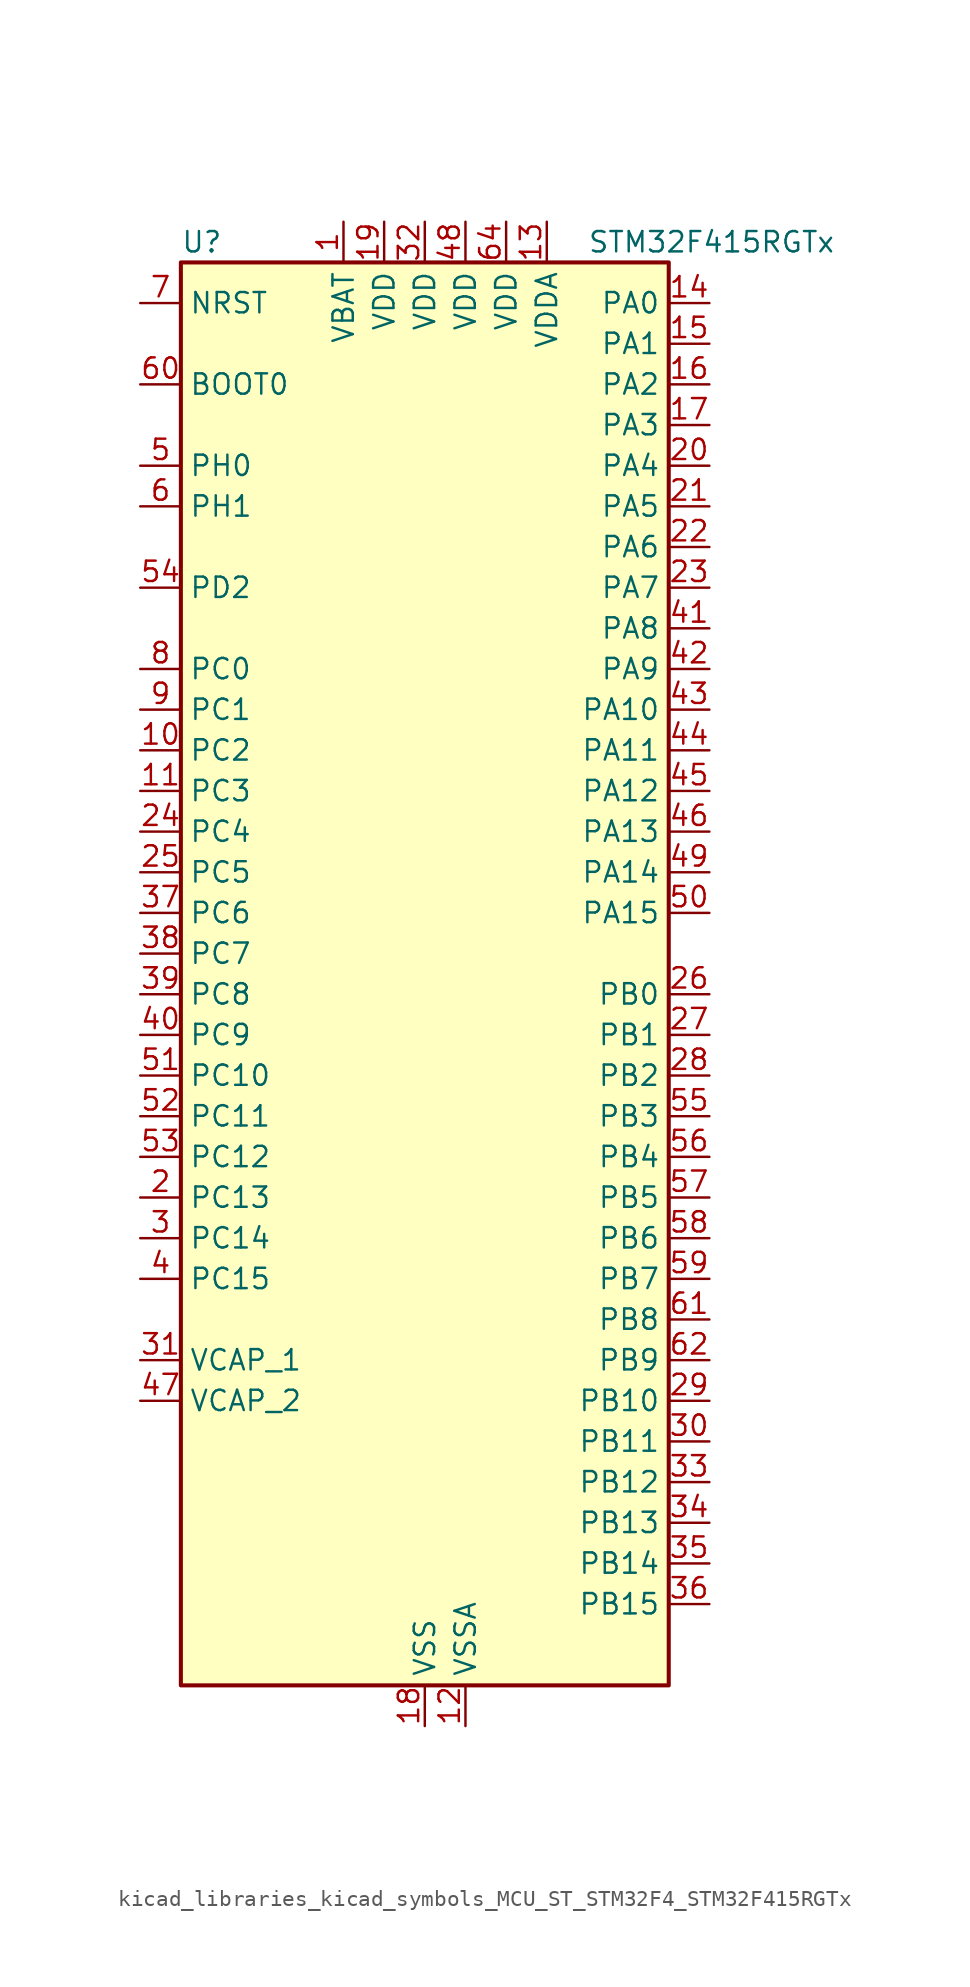
<source format=kicad_sym>
(kicad_symbol_lib
  (version 20220914)
  (generator kicad_symbol_editor)
  (symbol "kicad_libraries_kicad_symbols_MCU_ST_STM32F4_STM32F415RGTx"
    (property "Reference" "U"
      (at -15.24 46.99 0)
      (effects (font (size 1.27 1.27)) (justify left)))
    (property "Value" "STM32F415RGTx"
      (at 10.16 46.99 0)
      (effects (font (size 1.27 1.27)) (justify left)))
    (property "ki_locked" ""
      (at 0 0 0)
      (effects (font (size 1.27 1.27))))
    (symbol "kicad_libraries_kicad_symbols_MCU_ST_STM32F4_STM32F415RGTx_0_1"
      (rectangle (start -15.24 -43.18) (end 15.24 45.72) (stroke (width 0.254) (type default)) (fill (type background))))
    (symbol "kicad_libraries_kicad_symbols_MCU_ST_STM32F4_STM32F415RGTx_1_1"
      (pin power_in line (at -5.08 48.26 270) (length 2.54) (name "VBAT" (effects (font (size 1.27 1.27)))) (number "1" (effects (font (size 1.27 1.27)))))
      (pin bidirectional line (at -17.78 15.24 0) (length 2.54) (name "PC2" (effects (font (size 1.27 1.27)))) (number "10" (effects (font (size 1.27 1.27)))) (alternate "ADC1_IN12" bidirectional line) (alternate "ADC2_IN12" bidirectional line) (alternate "ADC3_IN12" bidirectional line) (alternate "I2S2_ext_SD" bidirectional line) (alternate "SPI2_MISO" bidirectional line) (alternate "USB_OTG_HS_ULPI_DIR" bidirectional line))
      (pin bidirectional line (at -17.78 12.7 0) (length 2.54) (name "PC3" (effects (font (size 1.27 1.27)))) (number "11" (effects (font (size 1.27 1.27)))) (alternate "ADC1_IN13" bidirectional line) (alternate "ADC2_IN13" bidirectional line) (alternate "ADC3_IN13" bidirectional line) (alternate "I2S2_SD" bidirectional line) (alternate "SPI2_MOSI" bidirectional line) (alternate "USB_OTG_HS_ULPI_NXT" bidirectional line))
      (pin power_in line (at 2.54 -45.72 90) (length 2.54) (name "VSSA" (effects (font (size 1.27 1.27)))) (number "12" (effects (font (size 1.27 1.27)))))
      (pin power_in line (at 7.62 48.26 270) (length 2.54) (name "VDDA" (effects (font (size 1.27 1.27)))) (number "13" (effects (font (size 1.27 1.27)))))
      (pin bidirectional line (at 17.78 43.18 180) (length 2.54) (name "PA0" (effects (font (size 1.27 1.27)))) (number "14" (effects (font (size 1.27 1.27)))) (alternate "ADC1_IN0" bidirectional line) (alternate "ADC2_IN0" bidirectional line) (alternate "ADC3_IN0" bidirectional line) (alternate "SYS_WKUP" bidirectional line) (alternate "TIM2_CH1" bidirectional line) (alternate "TIM2_ETR" bidirectional line) (alternate "TIM5_CH1" bidirectional line) (alternate "TIM8_ETR" bidirectional line) (alternate "UART4_TX" bidirectional line) (alternate "USART2_CTS" bidirectional line))
      (pin bidirectional line (at 17.78 40.64 180) (length 2.54) (name "PA1" (effects (font (size 1.27 1.27)))) (number "15" (effects (font (size 1.27 1.27)))) (alternate "ADC1_IN1" bidirectional line) (alternate "ADC2_IN1" bidirectional line) (alternate "ADC3_IN1" bidirectional line) (alternate "TIM2_CH2" bidirectional line) (alternate "TIM5_CH2" bidirectional line) (alternate "UART4_RX" bidirectional line) (alternate "USART2_RTS" bidirectional line))
      (pin bidirectional line (at 17.78 38.1 180) (length 2.54) (name "PA2" (effects (font (size 1.27 1.27)))) (number "16" (effects (font (size 1.27 1.27)))) (alternate "ADC1_IN2" bidirectional line) (alternate "ADC2_IN2" bidirectional line) (alternate "ADC3_IN2" bidirectional line) (alternate "TIM2_CH3" bidirectional line) (alternate "TIM5_CH3" bidirectional line) (alternate "TIM9_CH1" bidirectional line) (alternate "USART2_TX" bidirectional line))
      (pin bidirectional line (at 17.78 35.56 180) (length 2.54) (name "PA3" (effects (font (size 1.27 1.27)))) (number "17" (effects (font (size 1.27 1.27)))) (alternate "ADC1_IN3" bidirectional line) (alternate "ADC2_IN3" bidirectional line) (alternate "ADC3_IN3" bidirectional line) (alternate "TIM2_CH4" bidirectional line) (alternate "TIM5_CH4" bidirectional line) (alternate "TIM9_CH2" bidirectional line) (alternate "USART2_RX" bidirectional line) (alternate "USB_OTG_HS_ULPI_D0" bidirectional line))
      (pin power_in line (at 0 -45.72 90) (length 2.54) (name "VSS" (effects (font (size 1.27 1.27)))) (number "18" (effects (font (size 1.27 1.27)))))
      (pin power_in line (at -2.54 48.26 270) (length 2.54) (name "VDD" (effects (font (size 1.27 1.27)))) (number "19" (effects (font (size 1.27 1.27)))))
      (pin bidirectional line (at -17.78 -12.7 0) (length 2.54) (name "PC13" (effects (font (size 1.27 1.27)))) (number "2" (effects (font (size 1.27 1.27)))) (alternate "RTC_AF1" bidirectional line))
      (pin bidirectional line (at 17.78 33.02 180) (length 2.54) (name "PA4" (effects (font (size 1.27 1.27)))) (number "20" (effects (font (size 1.27 1.27)))) (alternate "ADC1_IN4" bidirectional line) (alternate "ADC2_IN4" bidirectional line) (alternate "DAC_OUT1" bidirectional line) (alternate "I2S3_WS" bidirectional line) (alternate "SPI1_NSS" bidirectional line) (alternate "SPI3_NSS" bidirectional line) (alternate "USART2_CK" bidirectional line) (alternate "USB_OTG_HS_SOF" bidirectional line))
      (pin bidirectional line (at 17.78 30.48 180) (length 2.54) (name "PA5" (effects (font (size 1.27 1.27)))) (number "21" (effects (font (size 1.27 1.27)))) (alternate "ADC1_IN5" bidirectional line) (alternate "ADC2_IN5" bidirectional line) (alternate "DAC_OUT2" bidirectional line) (alternate "SPI1_SCK" bidirectional line) (alternate "TIM2_CH1" bidirectional line) (alternate "TIM2_ETR" bidirectional line) (alternate "TIM8_CH1N" bidirectional line) (alternate "USB_OTG_HS_ULPI_CK" bidirectional line))
      (pin bidirectional line (at 17.78 27.94 180) (length 2.54) (name "PA6" (effects (font (size 1.27 1.27)))) (number "22" (effects (font (size 1.27 1.27)))) (alternate "ADC1_IN6" bidirectional line) (alternate "ADC2_IN6" bidirectional line) (alternate "SPI1_MISO" bidirectional line) (alternate "TIM13_CH1" bidirectional line) (alternate "TIM1_BKIN" bidirectional line) (alternate "TIM3_CH1" bidirectional line) (alternate "TIM8_BKIN" bidirectional line))
      (pin bidirectional line (at 17.78 25.4 180) (length 2.54) (name "PA7" (effects (font (size 1.27 1.27)))) (number "23" (effects (font (size 1.27 1.27)))) (alternate "ADC1_IN7" bidirectional line) (alternate "ADC2_IN7" bidirectional line) (alternate "SPI1_MOSI" bidirectional line) (alternate "TIM14_CH1" bidirectional line) (alternate "TIM1_CH1N" bidirectional line) (alternate "TIM3_CH2" bidirectional line) (alternate "TIM8_CH1N" bidirectional line))
      (pin bidirectional line (at -17.78 10.16 0) (length 2.54) (name "PC4" (effects (font (size 1.27 1.27)))) (number "24" (effects (font (size 1.27 1.27)))) (alternate "ADC1_IN14" bidirectional line) (alternate "ADC2_IN14" bidirectional line))
      (pin bidirectional line (at -17.78 7.62 0) (length 2.54) (name "PC5" (effects (font (size 1.27 1.27)))) (number "25" (effects (font (size 1.27 1.27)))) (alternate "ADC1_IN15" bidirectional line) (alternate "ADC2_IN15" bidirectional line))
      (pin bidirectional line (at 17.78 0 180) (length 2.54) (name "PB0" (effects (font (size 1.27 1.27)))) (number "26" (effects (font (size 1.27 1.27)))) (alternate "ADC1_IN8" bidirectional line) (alternate "ADC2_IN8" bidirectional line) (alternate "TIM1_CH2N" bidirectional line) (alternate "TIM3_CH3" bidirectional line) (alternate "TIM8_CH2N" bidirectional line) (alternate "USB_OTG_HS_ULPI_D1" bidirectional line))
      (pin bidirectional line (at 17.78 -2.54 180) (length 2.54) (name "PB1" (effects (font (size 1.27 1.27)))) (number "27" (effects (font (size 1.27 1.27)))) (alternate "ADC1_IN9" bidirectional line) (alternate "ADC2_IN9" bidirectional line) (alternate "TIM1_CH3N" bidirectional line) (alternate "TIM3_CH4" bidirectional line) (alternate "TIM8_CH3N" bidirectional line) (alternate "USB_OTG_HS_ULPI_D2" bidirectional line))
      (pin bidirectional line (at 17.78 -5.08 180) (length 2.54) (name "PB2" (effects (font (size 1.27 1.27)))) (number "28" (effects (font (size 1.27 1.27)))))
      (pin bidirectional line (at 17.78 -25.4 180) (length 2.54) (name "PB10" (effects (font (size 1.27 1.27)))) (number "29" (effects (font (size 1.27 1.27)))) (alternate "I2C2_SCL" bidirectional line) (alternate "I2S2_CK" bidirectional line) (alternate "SPI2_SCK" bidirectional line) (alternate "TIM2_CH3" bidirectional line) (alternate "USART3_TX" bidirectional line) (alternate "USB_OTG_HS_ULPI_D3" bidirectional line))
      (pin bidirectional line (at -17.78 -15.24 0) (length 2.54) (name "PC14" (effects (font (size 1.27 1.27)))) (number "3" (effects (font (size 1.27 1.27)))) (alternate "RCC_OSC32_IN" bidirectional line))
      (pin bidirectional line (at 17.78 -27.94 180) (length 2.54) (name "PB11" (effects (font (size 1.27 1.27)))) (number "30" (effects (font (size 1.27 1.27)))) (alternate "ADC1_EXTI11" bidirectional line) (alternate "ADC2_EXTI11" bidirectional line) (alternate "ADC3_EXTI11" bidirectional line) (alternate "I2C2_SDA" bidirectional line) (alternate "TIM2_CH4" bidirectional line) (alternate "USART3_RX" bidirectional line) (alternate "USB_OTG_HS_ULPI_D4" bidirectional line))
      (pin power_out line (at -17.78 -22.86 0) (length 2.54) (name "VCAP_1" (effects (font (size 1.27 1.27)))) (number "31" (effects (font (size 1.27 1.27)))))
      (pin power_in line (at 0 48.26 270) (length 2.54) (name "VDD" (effects (font (size 1.27 1.27)))) (number "32" (effects (font (size 1.27 1.27)))))
      (pin bidirectional line (at 17.78 -30.48 180) (length 2.54) (name "PB12" (effects (font (size 1.27 1.27)))) (number "33" (effects (font (size 1.27 1.27)))) (alternate "CAN2_RX" bidirectional line) (alternate "I2C2_SMBA" bidirectional line) (alternate "I2S2_WS" bidirectional line) (alternate "SPI2_NSS" bidirectional line) (alternate "TIM1_BKIN" bidirectional line) (alternate "USART3_CK" bidirectional line) (alternate "USB_OTG_HS_ID" bidirectional line) (alternate "USB_OTG_HS_ULPI_D5" bidirectional line))
      (pin bidirectional line (at 17.78 -33.02 180) (length 2.54) (name "PB13" (effects (font (size 1.27 1.27)))) (number "34" (effects (font (size 1.27 1.27)))) (alternate "CAN2_TX" bidirectional line) (alternate "I2S2_CK" bidirectional line) (alternate "SPI2_SCK" bidirectional line) (alternate "TIM1_CH1N" bidirectional line) (alternate "USART3_CTS" bidirectional line) (alternate "USB_OTG_HS_ULPI_D6" bidirectional line) (alternate "USB_OTG_HS_VBUS" bidirectional line))
      (pin bidirectional line (at 17.78 -35.56 180) (length 2.54) (name "PB14" (effects (font (size 1.27 1.27)))) (number "35" (effects (font (size 1.27 1.27)))) (alternate "I2S2_ext_SD" bidirectional line) (alternate "SPI2_MISO" bidirectional line) (alternate "TIM12_CH1" bidirectional line) (alternate "TIM1_CH2N" bidirectional line) (alternate "TIM8_CH2N" bidirectional line) (alternate "USART3_RTS" bidirectional line) (alternate "USB_OTG_HS_DM" bidirectional line))
      (pin bidirectional line (at 17.78 -38.1 180) (length 2.54) (name "PB15" (effects (font (size 1.27 1.27)))) (number "36" (effects (font (size 1.27 1.27)))) (alternate "ADC1_EXTI15" bidirectional line) (alternate "ADC2_EXTI15" bidirectional line) (alternate "ADC3_EXTI15" bidirectional line) (alternate "I2S2_SD" bidirectional line) (alternate "RTC_REFIN" bidirectional line) (alternate "SPI2_MOSI" bidirectional line) (alternate "TIM12_CH2" bidirectional line) (alternate "TIM1_CH3N" bidirectional line) (alternate "TIM8_CH3N" bidirectional line) (alternate "USB_OTG_HS_DP" bidirectional line))
      (pin bidirectional line (at -17.78 5.08 0) (length 2.54) (name "PC6" (effects (font (size 1.27 1.27)))) (number "37" (effects (font (size 1.27 1.27)))) (alternate "I2S2_MCK" bidirectional line) (alternate "SDIO_D6" bidirectional line) (alternate "TIM3_CH1" bidirectional line) (alternate "TIM8_CH1" bidirectional line) (alternate "USART6_TX" bidirectional line))
      (pin bidirectional line (at -17.78 2.54 0) (length 2.54) (name "PC7" (effects (font (size 1.27 1.27)))) (number "38" (effects (font (size 1.27 1.27)))) (alternate "I2S3_MCK" bidirectional line) (alternate "SDIO_D7" bidirectional line) (alternate "TIM3_CH2" bidirectional line) (alternate "TIM8_CH2" bidirectional line) (alternate "USART6_RX" bidirectional line))
      (pin bidirectional line (at -17.78 0 0) (length 2.54) (name "PC8" (effects (font (size 1.27 1.27)))) (number "39" (effects (font (size 1.27 1.27)))) (alternate "SDIO_D0" bidirectional line) (alternate "TIM3_CH3" bidirectional line) (alternate "TIM8_CH3" bidirectional line) (alternate "USART6_CK" bidirectional line))
      (pin bidirectional line (at -17.78 -17.78 0) (length 2.54) (name "PC15" (effects (font (size 1.27 1.27)))) (number "4" (effects (font (size 1.27 1.27)))) (alternate "ADC1_EXTI15" bidirectional line) (alternate "ADC2_EXTI15" bidirectional line) (alternate "ADC3_EXTI15" bidirectional line) (alternate "RCC_OSC32_OUT" bidirectional line))
      (pin bidirectional line (at -17.78 -2.54 0) (length 2.54) (name "PC9" (effects (font (size 1.27 1.27)))) (number "40" (effects (font (size 1.27 1.27)))) (alternate "DAC_EXTI9" bidirectional line) (alternate "I2C3_SDA" bidirectional line) (alternate "I2S_CKIN" bidirectional line) (alternate "RCC_MCO_2" bidirectional line) (alternate "SDIO_D1" bidirectional line) (alternate "TIM3_CH4" bidirectional line) (alternate "TIM8_CH4" bidirectional line))
      (pin bidirectional line (at 17.78 22.86 180) (length 2.54) (name "PA8" (effects (font (size 1.27 1.27)))) (number "41" (effects (font (size 1.27 1.27)))) (alternate "I2C3_SCL" bidirectional line) (alternate "RCC_MCO_1" bidirectional line) (alternate "TIM1_CH1" bidirectional line) (alternate "USART1_CK" bidirectional line) (alternate "USB_OTG_FS_SOF" bidirectional line))
      (pin bidirectional line (at 17.78 20.32 180) (length 2.54) (name "PA9" (effects (font (size 1.27 1.27)))) (number "42" (effects (font (size 1.27 1.27)))) (alternate "DAC_EXTI9" bidirectional line) (alternate "I2C3_SMBA" bidirectional line) (alternate "TIM1_CH2" bidirectional line) (alternate "USART1_TX" bidirectional line) (alternate "USB_OTG_FS_VBUS" bidirectional line))
      (pin bidirectional line (at 17.78 17.78 180) (length 2.54) (name "PA10" (effects (font (size 1.27 1.27)))) (number "43" (effects (font (size 1.27 1.27)))) (alternate "TIM1_CH3" bidirectional line) (alternate "USART1_RX" bidirectional line) (alternate "USB_OTG_FS_ID" bidirectional line))
      (pin bidirectional line (at 17.78 15.24 180) (length 2.54) (name "PA11" (effects (font (size 1.27 1.27)))) (number "44" (effects (font (size 1.27 1.27)))) (alternate "ADC1_EXTI11" bidirectional line) (alternate "ADC2_EXTI11" bidirectional line) (alternate "ADC3_EXTI11" bidirectional line) (alternate "CAN1_RX" bidirectional line) (alternate "TIM1_CH4" bidirectional line) (alternate "USART1_CTS" bidirectional line) (alternate "USB_OTG_FS_DM" bidirectional line))
      (pin bidirectional line (at 17.78 12.7 180) (length 2.54) (name "PA12" (effects (font (size 1.27 1.27)))) (number "45" (effects (font (size 1.27 1.27)))) (alternate "CAN1_TX" bidirectional line) (alternate "TIM1_ETR" bidirectional line) (alternate "USART1_RTS" bidirectional line) (alternate "USB_OTG_FS_DP" bidirectional line))
      (pin bidirectional line (at 17.78 10.16 180) (length 2.54) (name "PA13" (effects (font (size 1.27 1.27)))) (number "46" (effects (font (size 1.27 1.27)))) (alternate "SYS_JTMS-SWDIO" bidirectional line))
      (pin power_out line (at -17.78 -25.4 0) (length 2.54) (name "VCAP_2" (effects (font (size 1.27 1.27)))) (number "47" (effects (font (size 1.27 1.27)))))
      (pin power_in line (at 2.54 48.26 270) (length 2.54) (name "VDD" (effects (font (size 1.27 1.27)))) (number "48" (effects (font (size 1.27 1.27)))))
      (pin bidirectional line (at 17.78 7.62 180) (length 2.54) (name "PA14" (effects (font (size 1.27 1.27)))) (number "49" (effects (font (size 1.27 1.27)))) (alternate "SYS_JTCK-SWCLK" bidirectional line))
      (pin bidirectional line (at -17.78 33.02 0) (length 2.54) (name "PH0" (effects (font (size 1.27 1.27)))) (number "5" (effects (font (size 1.27 1.27)))) (alternate "RCC_OSC_IN" bidirectional line))
      (pin bidirectional line (at 17.78 5.08 180) (length 2.54) (name "PA15" (effects (font (size 1.27 1.27)))) (number "50" (effects (font (size 1.27 1.27)))) (alternate "ADC1_EXTI15" bidirectional line) (alternate "ADC2_EXTI15" bidirectional line) (alternate "ADC3_EXTI15" bidirectional line) (alternate "I2S3_WS" bidirectional line) (alternate "SPI1_NSS" bidirectional line) (alternate "SPI3_NSS" bidirectional line) (alternate "SYS_JTDI" bidirectional line) (alternate "TIM2_CH1" bidirectional line) (alternate "TIM2_ETR" bidirectional line))
      (pin bidirectional line (at -17.78 -5.08 0) (length 2.54) (name "PC10" (effects (font (size 1.27 1.27)))) (number "51" (effects (font (size 1.27 1.27)))) (alternate "I2S3_CK" bidirectional line) (alternate "SDIO_D2" bidirectional line) (alternate "SPI3_SCK" bidirectional line) (alternate "UART4_TX" bidirectional line) (alternate "USART3_TX" bidirectional line))
      (pin bidirectional line (at -17.78 -7.62 0) (length 2.54) (name "PC11" (effects (font (size 1.27 1.27)))) (number "52" (effects (font (size 1.27 1.27)))) (alternate "ADC1_EXTI11" bidirectional line) (alternate "ADC2_EXTI11" bidirectional line) (alternate "ADC3_EXTI11" bidirectional line) (alternate "I2S3_ext_SD" bidirectional line) (alternate "SDIO_D3" bidirectional line) (alternate "SPI3_MISO" bidirectional line) (alternate "UART4_RX" bidirectional line) (alternate "USART3_RX" bidirectional line))
      (pin bidirectional line (at -17.78 -10.16 0) (length 2.54) (name "PC12" (effects (font (size 1.27 1.27)))) (number "53" (effects (font (size 1.27 1.27)))) (alternate "I2S3_SD" bidirectional line) (alternate "SDIO_CK" bidirectional line) (alternate "SPI3_MOSI" bidirectional line) (alternate "UART5_TX" bidirectional line) (alternate "USART3_CK" bidirectional line))
      (pin bidirectional line (at -17.78 25.4 0) (length 2.54) (name "PD2" (effects (font (size 1.27 1.27)))) (number "54" (effects (font (size 1.27 1.27)))) (alternate "SDIO_CMD" bidirectional line) (alternate "TIM3_ETR" bidirectional line) (alternate "UART5_RX" bidirectional line))
      (pin bidirectional line (at 17.78 -7.62 180) (length 2.54) (name "PB3" (effects (font (size 1.27 1.27)))) (number "55" (effects (font (size 1.27 1.27)))) (alternate "I2S3_CK" bidirectional line) (alternate "SPI1_SCK" bidirectional line) (alternate "SPI3_SCK" bidirectional line) (alternate "SYS_JTDO-SWO" bidirectional line) (alternate "TIM2_CH2" bidirectional line))
      (pin bidirectional line (at 17.78 -10.16 180) (length 2.54) (name "PB4" (effects (font (size 1.27 1.27)))) (number "56" (effects (font (size 1.27 1.27)))) (alternate "I2S3_ext_SD" bidirectional line) (alternate "SPI1_MISO" bidirectional line) (alternate "SPI3_MISO" bidirectional line) (alternate "SYS_JTRST" bidirectional line) (alternate "TIM3_CH1" bidirectional line))
      (pin bidirectional line (at 17.78 -12.7 180) (length 2.54) (name "PB5" (effects (font (size 1.27 1.27)))) (number "57" (effects (font (size 1.27 1.27)))) (alternate "CAN2_RX" bidirectional line) (alternate "I2C1_SMBA" bidirectional line) (alternate "I2S3_SD" bidirectional line) (alternate "SPI1_MOSI" bidirectional line) (alternate "SPI3_MOSI" bidirectional line) (alternate "TIM3_CH2" bidirectional line) (alternate "USB_OTG_HS_ULPI_D7" bidirectional line))
      (pin bidirectional line (at 17.78 -15.24 180) (length 2.54) (name "PB6" (effects (font (size 1.27 1.27)))) (number "58" (effects (font (size 1.27 1.27)))) (alternate "CAN2_TX" bidirectional line) (alternate "I2C1_SCL" bidirectional line) (alternate "TIM4_CH1" bidirectional line) (alternate "USART1_TX" bidirectional line))
      (pin bidirectional line (at 17.78 -17.78 180) (length 2.54) (name "PB7" (effects (font (size 1.27 1.27)))) (number "59" (effects (font (size 1.27 1.27)))) (alternate "I2C1_SDA" bidirectional line) (alternate "TIM4_CH2" bidirectional line) (alternate "USART1_RX" bidirectional line))
      (pin bidirectional line (at -17.78 30.48 0) (length 2.54) (name "PH1" (effects (font (size 1.27 1.27)))) (number "6" (effects (font (size 1.27 1.27)))) (alternate "RCC_OSC_OUT" bidirectional line))
      (pin input line (at -17.78 38.1 0) (length 2.54) (name "BOOT0" (effects (font (size 1.27 1.27)))) (number "60" (effects (font (size 1.27 1.27)))))
      (pin bidirectional line (at 17.78 -20.32 180) (length 2.54) (name "PB8" (effects (font (size 1.27 1.27)))) (number "61" (effects (font (size 1.27 1.27)))) (alternate "CAN1_RX" bidirectional line) (alternate "I2C1_SCL" bidirectional line) (alternate "SDIO_D4" bidirectional line) (alternate "TIM10_CH1" bidirectional line) (alternate "TIM4_CH3" bidirectional line))
      (pin bidirectional line (at 17.78 -22.86 180) (length 2.54) (name "PB9" (effects (font (size 1.27 1.27)))) (number "62" (effects (font (size 1.27 1.27)))) (alternate "CAN1_TX" bidirectional line) (alternate "DAC_EXTI9" bidirectional line) (alternate "I2C1_SDA" bidirectional line) (alternate "I2S2_WS" bidirectional line) (alternate "SDIO_D5" bidirectional line) (alternate "SPI2_NSS" bidirectional line) (alternate "TIM11_CH1" bidirectional line) (alternate "TIM4_CH4" bidirectional line))
      (pin passive line (at 0 -45.72 90) (length 2.54) hide (name "VSS" (effects (font (size 1.27 1.27)))) (number "63" (effects (font (size 1.27 1.27)))))
      (pin power_in line (at 5.08 48.26 270) (length 2.54) (name "VDD" (effects (font (size 1.27 1.27)))) (number "64" (effects (font (size 1.27 1.27)))))
      (pin input line (at -17.78 43.18 0) (length 2.54) (name "NRST" (effects (font (size 1.27 1.27)))) (number "7" (effects (font (size 1.27 1.27)))))
      (pin bidirectional line (at -17.78 20.32 0) (length 2.54) (name "PC0" (effects (font (size 1.27 1.27)))) (number "8" (effects (font (size 1.27 1.27)))) (alternate "ADC1_IN10" bidirectional line) (alternate "ADC2_IN10" bidirectional line) (alternate "ADC3_IN10" bidirectional line) (alternate "USB_OTG_HS_ULPI_STP" bidirectional line))
      (pin bidirectional line (at -17.78 17.78 0) (length 2.54) (name "PC1" (effects (font (size 1.27 1.27)))) (number "9" (effects (font (size 1.27 1.27)))) (alternate "ADC1_IN11" bidirectional line) (alternate "ADC2_IN11" bidirectional line) (alternate "ADC3_IN11" bidirectional line)))))
</source>
